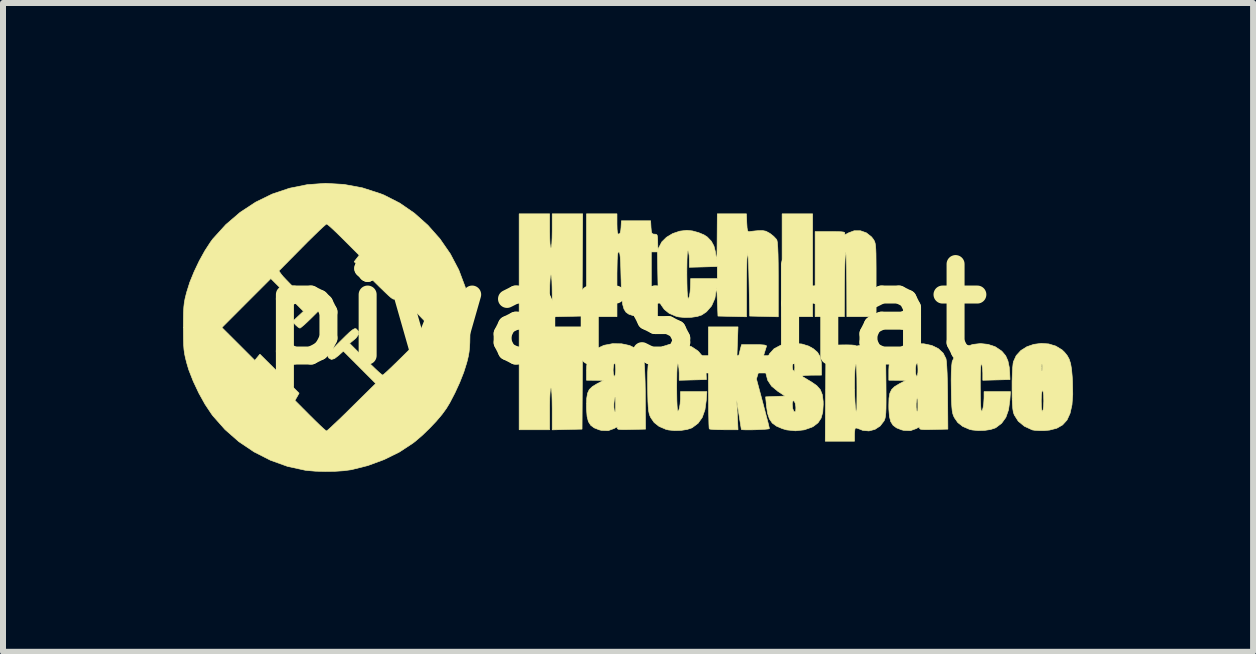
<source format=kicad_pcb>
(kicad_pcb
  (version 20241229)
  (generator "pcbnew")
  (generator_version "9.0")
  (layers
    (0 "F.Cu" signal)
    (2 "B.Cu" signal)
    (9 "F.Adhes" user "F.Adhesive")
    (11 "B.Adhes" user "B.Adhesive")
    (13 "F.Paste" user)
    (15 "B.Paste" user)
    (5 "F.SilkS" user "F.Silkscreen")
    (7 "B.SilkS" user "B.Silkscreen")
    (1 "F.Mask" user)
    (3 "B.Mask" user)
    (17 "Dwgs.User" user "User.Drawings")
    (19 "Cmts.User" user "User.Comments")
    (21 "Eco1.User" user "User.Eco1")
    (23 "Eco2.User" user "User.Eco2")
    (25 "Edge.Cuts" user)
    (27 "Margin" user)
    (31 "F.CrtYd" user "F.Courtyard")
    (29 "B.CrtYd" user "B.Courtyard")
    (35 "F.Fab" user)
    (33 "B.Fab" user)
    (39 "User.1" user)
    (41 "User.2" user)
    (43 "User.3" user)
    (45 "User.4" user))
  (footprint "piwars_hat"
    (layer "F.Cu")
    (at 7.358 2.185)
    (property "Reference" "piwars_hat" (at 0 0 0) (layer "F.SilkS") (effects (font (size 1.524 1.524) (thickness 0.3))))
    (attr through_hole)
    (fp_poly (pts (xy 3.133 0.042) (xy 2.625 0.042) (xy 2.625 -1.672) (xy 3.133 -1.672) (xy 3.133 0.042)) (stroke (width 0.01) (type solid)) (fill yes) (layer "F.SilkS"))
    (fp_poly (pts (xy -1.249 -1.386) (xy -1.247 -1.266) (xy -1.243 -1.175) (xy -1.236 -1.119) (xy -1.228 -1.101) (xy -1.219 -1.121) (xy -1.212 -1.18) (xy -1.208 -1.272) (xy -1.206 -1.386) (xy -1.206 -1.672) (xy -0.698 -1.672) (xy -0.704 -0.82) (xy -0.709 0.032) (xy -0.958 0.038) (xy -1.206 0.044) (xy -1.206 -0.306) (xy -1.208 -0.444) (xy -1.211 -0.55) (xy -1.217 -0.621) (xy -1.225 -0.654) (xy -1.228 -0.656) (xy -1.236 -0.636) (xy -1.242 -0.576) (xy -1.247 -0.48) (xy -1.249 -0.352) (xy -1.249 -0.307) (xy -1.249 0.042) (xy -1.757 0.042) (xy -1.757 -1.672) (xy -1.249 -1.672) (xy -1.249 -1.386)) (stroke (width 0.01) (type solid)) (fill yes) (layer "F.SilkS"))
    (fp_poly (pts (xy -1.249 0.497) (xy -1.247 0.618) (xy -1.243 0.709) (xy -1.236 0.765) (xy -1.228 0.783) (xy -1.219 0.763) (xy -1.212 0.704) (xy -1.208 0.612) (xy -1.206 0.497) (xy -1.206 0.212) (xy -0.698 0.212) (xy -0.704 1.064) (xy -0.709 1.916) (xy -0.958 1.922) (xy -1.206 1.928) (xy -1.206 1.578) (xy -1.208 1.44) (xy -1.211 1.334) (xy -1.217 1.263) (xy -1.225 1.23) (xy -1.228 1.228) (xy -1.236 1.248) (xy -1.242 1.308) (xy -1.247 1.404) (xy -1.249 1.532) (xy -1.249 1.577) (xy -1.249 1.926) (xy -1.757 1.926) (xy -1.757 0.212) (xy -1.249 0.212) (xy -1.249 0.497)) (stroke (width 0.01) (type solid)) (fill yes) (layer "F.SilkS"))
    (fp_poly (pts (xy 3.93 -1.39) (xy 4.029 -1.355) (xy 4.114 -1.288) (xy 4.143 -1.251) (xy 4.157 -1.229) (xy 4.168 -1.206) (xy 4.176 -1.177) (xy 4.182 -1.137) (xy 4.186 -1.081) (xy 4.189 -1.004) (xy 4.19 -0.9) (xy 4.191 -0.764) (xy 4.191 -0.592) (xy 4.191 0.042) (xy 3.704 0.042) (xy 3.702 -0.524) (xy 3.7 -0.67) (xy 3.698 -0.797) (xy 3.695 -0.901) (xy 3.692 -0.978) (xy 3.688 -1.021) (xy 3.683 -1.028) (xy 3.683 -1.027) (xy 3.678 -0.988) (xy 3.674 -0.913) (xy 3.67 -0.811) (xy 3.667 -0.686) (xy 3.665 -0.546) (xy 3.664 -0.46) (xy 3.662 0.042) (xy 3.175 0.042) (xy 3.175 -1.376) (xy 3.428 -1.376) (xy 3.536 -1.375) (xy 3.607 -1.373) (xy 3.649 -1.368) (xy 3.668 -1.359) (xy 3.67 -1.346) (xy 3.669 -1.343) (xy 3.668 -1.326) (xy 3.689 -1.331) (xy 3.728 -1.353) (xy 3.826 -1.39) (xy 3.93 -1.39)) (stroke (width 0.01) (type solid)) (fill yes) (layer "F.SilkS"))
    (fp_poly (pts (xy 1.878 0.534) (xy 1.874 0.655) (xy 1.872 0.737) (xy 1.874 0.781) (xy 1.878 0.79) (xy 1.886 0.767) (xy 1.887 0.762) (xy 1.905 0.682) (xy 1.924 0.603) (xy 1.928 0.587) (xy 1.949 0.508) (xy 2.162 0.508) (xy 2.263 0.509) (xy 2.327 0.514) (xy 2.359 0.522) (xy 2.365 0.534) (xy 2.365 0.534) (xy 2.355 0.564) (xy 2.336 0.625) (xy 2.31 0.71) (xy 2.28 0.809) (xy 2.276 0.821) (xy 2.197 1.08) (xy 2.305 1.484) (xy 2.338 1.609) (xy 2.367 1.72) (xy 2.391 1.811) (xy 2.406 1.875) (xy 2.413 1.905) (xy 2.413 1.907) (xy 2.394 1.913) (xy 2.342 1.918) (xy 2.269 1.922) (xy 2.185 1.926) (xy 2.101 1.928) (xy 2.026 1.928) (xy 1.971 1.926) (xy 1.946 1.921) (xy 1.946 1.921) (xy 1.942 1.899) (xy 1.933 1.844) (xy 1.92 1.764) (xy 1.906 1.672) (xy 1.867 1.429) (xy 1.879 1.677) (xy 1.89 1.926) (xy 1.658 1.926) (xy 1.562 1.925) (xy 1.483 1.922) (xy 1.43 1.917) (xy 1.411 1.912) (xy 1.408 1.888) (xy 1.405 1.827) (xy 1.403 1.733) (xy 1.4 1.61) (xy 1.399 1.463) (xy 1.398 1.296) (xy 1.397 1.115) (xy 1.397 1.055) (xy 1.397 0.212) (xy 1.89 0.212) (xy 1.878 0.534)) (stroke (width 0.01) (type solid)) (fill yes) (layer "F.SilkS"))
    (fp_poly (pts (xy 4.163 0.511) (xy 4.262 0.573) (xy 4.272 0.582) (xy 4.35 0.653) (xy 4.356 1.178) (xy 4.357 1.344) (xy 4.357 1.473) (xy 4.356 1.571) (xy 4.353 1.643) (xy 4.348 1.695) (xy 4.341 1.733) (xy 4.331 1.763) (xy 4.324 1.778) (xy 4.259 1.863) (xy 4.172 1.92) (xy 4.072 1.946) (xy 3.97 1.937) (xy 3.917 1.916) (xy 3.872 1.899) (xy 3.845 1.898) (xy 3.844 1.899) (xy 3.837 1.926) (xy 3.832 1.981) (xy 3.831 2.014) (xy 3.831 2.117) (xy 3.344 2.117) (xy 3.349 1.318) (xy 3.351 1.148) (xy 3.832 1.148) (xy 3.832 1.26) (xy 3.835 1.37) (xy 3.84 1.47) (xy 3.846 1.552) (xy 3.855 1.608) (xy 3.865 1.63) (xy 3.865 1.63) (xy 3.868 1.61) (xy 3.87 1.554) (xy 3.871 1.468) (xy 3.872 1.359) (xy 3.872 1.234) (xy 3.872 1.212) (xy 3.871 1.072) (xy 3.868 0.961) (xy 3.864 0.883) (xy 3.858 0.84) (xy 3.852 0.836) (xy 3.843 0.878) (xy 3.837 0.949) (xy 3.833 1.042) (xy 3.832 1.148) (xy 3.351 1.148) (xy 3.355 0.519) (xy 3.604 0.513) (xy 3.703 0.512) (xy 3.782 0.514) (xy 3.835 0.519) (xy 3.852 0.526) (xy 3.87 0.531) (xy 3.914 0.522) (xy 3.943 0.513) (xy 4.056 0.491) (xy 4.163 0.511)) (stroke (width 0.01) (type solid)) (fill yes) (layer "F.SilkS"))
    (fp_poly (pts (xy 0.997 0.503) (xy 1.115 0.542) (xy 1.219 0.611) (xy 1.234 0.625) (xy 1.292 0.695) (xy 1.329 0.779) (xy 1.351 0.886) (xy 1.358 0.974) (xy 1.363 1.09) (xy 1.137 1.096) (xy 0.91 1.102) (xy 0.91 0.98) (xy 0.906 0.907) (xy 0.897 0.849) (xy 0.889 0.826) (xy 0.881 0.833) (xy 0.875 0.882) (xy 0.871 0.974) (xy 0.869 1.107) (xy 0.868 1.2) (xy 0.869 1.327) (xy 0.871 1.439) (xy 0.875 1.529) (xy 0.88 1.591) (xy 0.886 1.617) (xy 0.886 1.618) (xy 0.901 1.607) (xy 0.914 1.563) (xy 0.925 1.496) (xy 0.931 1.413) (xy 0.931 1.381) (xy 0.931 1.291) (xy 1.371 1.291) (xy 1.361 1.434) (xy 1.339 1.594) (xy 1.294 1.721) (xy 1.225 1.818) (xy 1.128 1.891) (xy 1.116 1.897) (xy 1.04 1.922) (xy 0.94 1.937) (xy 0.832 1.94) (xy 0.733 1.93) (xy 0.687 1.919) (xy 0.574 1.87) (xy 0.492 1.805) (xy 0.438 1.727) (xy 0.421 1.692) (xy 0.409 1.655) (xy 0.4 1.608) (xy 0.394 1.543) (xy 0.389 1.455) (xy 0.386 1.335) (xy 0.385 1.257) (xy 0.383 1.099) (xy 0.385 0.966) (xy 0.391 0.863) (xy 0.399 0.796) (xy 0.401 0.787) (xy 0.449 0.684) (xy 0.528 0.602) (xy 0.629 0.541) (xy 0.746 0.504) (xy 0.871 0.49) (xy 0.997 0.503)) (stroke (width 0.01) (type solid)) (fill yes) (layer "F.SilkS"))
    (fp_poly (pts (xy 6.055 0.503) (xy 6.174 0.542) (xy 6.278 0.611) (xy 6.293 0.625) (xy 6.351 0.695) (xy 6.388 0.779) (xy 6.41 0.886) (xy 6.417 0.974) (xy 6.422 1.09) (xy 6.196 1.096) (xy 5.969 1.102) (xy 5.969 0.98) (xy 5.965 0.907) (xy 5.956 0.849) (xy 5.948 0.826) (xy 5.94 0.833) (xy 5.934 0.882) (xy 5.93 0.974) (xy 5.927 1.107) (xy 5.927 1.2) (xy 5.928 1.327) (xy 5.93 1.439) (xy 5.934 1.529) (xy 5.939 1.591) (xy 5.945 1.617) (xy 5.945 1.618) (xy 5.96 1.607) (xy 5.973 1.563) (xy 5.984 1.496) (xy 5.989 1.413) (xy 5.99 1.381) (xy 5.99 1.291) (xy 6.43 1.291) (xy 6.42 1.434) (xy 6.398 1.594) (xy 6.353 1.721) (xy 6.283 1.818) (xy 6.187 1.891) (xy 6.175 1.897) (xy 6.099 1.922) (xy 5.999 1.937) (xy 5.891 1.94) (xy 5.792 1.93) (xy 5.746 1.919) (xy 5.633 1.87) (xy 5.551 1.805) (xy 5.497 1.727) (xy 5.48 1.692) (xy 5.468 1.655) (xy 5.459 1.608) (xy 5.453 1.543) (xy 5.448 1.455) (xy 5.445 1.335) (xy 5.444 1.257) (xy 5.442 1.099) (xy 5.444 0.966) (xy 5.45 0.863) (xy 5.458 0.796) (xy 5.46 0.787) (xy 5.508 0.684) (xy 5.586 0.602) (xy 5.688 0.541) (xy 5.805 0.504) (xy 5.93 0.49) (xy 6.055 0.503)) (stroke (width 0.01) (type solid)) (fill yes) (layer "F.SilkS"))
    (fp_poly (pts (xy 7.068 0.496) (xy 7.186 0.532) (xy 7.291 0.596) (xy 7.333 0.637) (xy 7.377 0.692) (xy 7.409 0.751) (xy 7.432 0.823) (xy 7.448 0.917) (xy 7.459 1.04) (xy 7.464 1.122) (xy 7.468 1.335) (xy 7.455 1.512) (xy 7.423 1.654) (xy 7.372 1.765) (xy 7.298 1.846) (xy 7.202 1.901) (xy 7.081 1.932) (xy 6.996 1.94) (xy 6.912 1.94) (xy 6.839 1.936) (xy 6.794 1.929) (xy 6.662 1.868) (xy 6.56 1.784) (xy 6.494 1.68) (xy 6.478 1.634) (xy 6.469 1.578) (xy 6.462 1.489) (xy 6.461 1.451) (xy 6.943 1.451) (xy 6.945 1.544) (xy 6.952 1.602) (xy 6.962 1.62) (xy 6.964 1.619) (xy 6.974 1.593) (xy 6.981 1.536) (xy 6.985 1.459) (xy 6.985 1.438) (xy 6.983 1.355) (xy 6.976 1.296) (xy 6.966 1.271) (xy 6.964 1.27) (xy 6.954 1.29) (xy 6.946 1.345) (xy 6.943 1.427) (xy 6.943 1.451) (xy 6.461 1.451) (xy 6.458 1.377) (xy 6.457 1.253) (xy 6.457 1.125) (xy 6.461 1.004) (xy 6.466 0.9) (xy 6.467 0.889) (xy 6.948 0.889) (xy 6.95 0.935) (xy 6.954 0.947) (xy 6.958 0.937) (xy 6.961 0.875) (xy 6.958 0.841) (xy 6.952 0.831) (xy 6.949 0.858) (xy 6.948 0.889) (xy 6.467 0.889) (xy 6.474 0.821) (xy 6.479 0.793) (xy 6.526 0.69) (xy 6.603 0.606) (xy 6.703 0.543) (xy 6.819 0.503) (xy 6.943 0.487) (xy 7.068 0.496)) (stroke (width 0.01) (type solid)) (fill yes) (layer "F.SilkS"))
    (fp_poly (pts (xy 2.953 0.497) (xy 3.067 0.532) (xy 3.144 0.575) (xy 3.215 0.636) (xy 3.257 0.706) (xy 3.278 0.799) (xy 3.281 0.876) (xy 3.281 1.016) (xy 3.106 1.017) (xy 3.017 1.02) (xy 2.969 1.026) (xy 2.959 1.035) (xy 2.963 1.039) (xy 2.998 1.06) (xy 3.055 1.095) (xy 3.111 1.128) (xy 3.202 1.191) (xy 3.262 1.259) (xy 3.295 1.343) (xy 3.309 1.453) (xy 3.31 1.503) (xy 3.302 1.634) (xy 3.274 1.734) (xy 3.224 1.81) (xy 3.148 1.869) (xy 3.122 1.883) (xy 2.993 1.928) (xy 2.848 1.944) (xy 2.702 1.929) (xy 2.629 1.908) (xy 2.531 1.866) (xy 2.461 1.815) (xy 2.414 1.747) (xy 2.383 1.654) (xy 2.364 1.528) (xy 2.362 1.509) (xy 2.362 1.499) (xy 2.794 1.499) (xy 2.801 1.572) (xy 2.819 1.618) (xy 2.84 1.63) (xy 2.851 1.611) (xy 2.854 1.564) (xy 2.853 1.542) (xy 2.843 1.483) (xy 2.826 1.449) (xy 2.808 1.443) (xy 2.796 1.471) (xy 2.794 1.499) (xy 2.362 1.499) (xy 2.35 1.378) (xy 2.512 1.371) (xy 2.674 1.365) (xy 2.553 1.285) (xy 2.449 1.199) (xy 2.384 1.1) (xy 2.354 0.983) (xy 2.35 0.919) (xy 2.353 0.889) (xy 2.795 0.889) (xy 2.805 0.932) (xy 2.827 0.952) (xy 2.829 0.953) (xy 2.834 0.934) (xy 2.836 0.888) (xy 2.836 0.877) (xy 2.831 0.829) (xy 2.818 0.814) (xy 2.815 0.815) (xy 2.798 0.845) (xy 2.795 0.889) (xy 2.353 0.889) (xy 2.365 0.776) (xy 2.413 0.662) (xy 2.491 0.576) (xy 2.601 0.518) (xy 2.741 0.49) (xy 2.814 0.487) (xy 2.953 0.497)) (stroke (width 0.01) (type solid)) (fill yes) (layer "F.SilkS"))
    (fp_poly (pts (xy -0.049 0.494) (xy 0.083 0.522) (xy 0.191 0.575) (xy 0.272 0.65) (xy 0.318 0.743) (xy 0.318 0.744) (xy 0.325 0.791) (xy 0.332 0.875) (xy 0.337 0.988) (xy 0.342 1.126) (xy 0.345 1.283) (xy 0.345 1.373) (xy 0.349 1.916) (xy 0.109 1.922) (xy 0.004 1.924) (xy -0.065 1.923) (xy -0.104 1.918) (xy -0.12 1.909) (xy -0.12 1.896) (xy -0.12 1.88) (xy -0.144 1.888) (xy -0.176 1.906) (xy -0.273 1.941) (xy -0.385 1.937) (xy -0.425 1.927) (xy -0.506 1.895) (xy -0.564 1.852) (xy -0.603 1.791) (xy -0.625 1.705) (xy -0.634 1.588) (xy -0.635 1.552) (xy -0.178 1.552) (xy -0.172 1.604) (xy -0.16 1.629) (xy -0.157 1.63) (xy -0.153 1.61) (xy -0.151 1.56) (xy -0.151 1.488) (xy -0.151 1.487) (xy -0.152 1.414) (xy -0.155 1.38) (xy -0.16 1.382) (xy -0.168 1.415) (xy -0.171 1.429) (xy -0.178 1.49) (xy -0.178 1.552) (xy -0.635 1.552) (xy -0.635 1.517) (xy -0.631 1.401) (xy -0.617 1.318) (xy -0.588 1.256) (xy -0.537 1.207) (xy -0.461 1.161) (xy -0.448 1.154) (xy -0.349 1.103) (xy -0.492 1.102) (xy -0.635 1.101) (xy -0.635 0.954) (xy -0.634 0.933) (xy -0.191 0.933) (xy -0.187 0.993) (xy -0.177 1.03) (xy -0.169 1.037) (xy -0.158 1.018) (xy -0.15 0.969) (xy -0.148 0.919) (xy -0.152 0.851) (xy -0.161 0.817) (xy -0.169 0.815) (xy -0.182 0.842) (xy -0.189 0.897) (xy -0.191 0.933) (xy -0.634 0.933) (xy -0.632 0.87) (xy -0.623 0.794) (xy -0.612 0.748) (xy -0.554 0.651) (xy -0.462 0.573) (xy -0.343 0.519) (xy -0.202 0.492) (xy -0.199 0.492) (xy -0.049 0.494)) (stroke (width 0.01) (type solid)) (fill yes) (layer "F.SilkS"))
    (fp_poly (pts (xy 4.988 0.494) (xy 5.12 0.522) (xy 5.229 0.575) (xy 5.309 0.65) (xy 5.356 0.743) (xy 5.356 0.744) (xy 5.363 0.791) (xy 5.369 0.875) (xy 5.375 0.988) (xy 5.379 1.126) (xy 5.382 1.283) (xy 5.383 1.373) (xy 5.387 1.916) (xy 5.146 1.922) (xy 5.042 1.924) (xy 4.973 1.923) (xy 4.934 1.918) (xy 4.917 1.909) (xy 4.918 1.896) (xy 4.918 1.88) (xy 4.893 1.888) (xy 4.862 1.906) (xy 4.764 1.941) (xy 4.653 1.937) (xy 4.613 1.927) (xy 4.532 1.895) (xy 4.474 1.852) (xy 4.435 1.791) (xy 4.413 1.705) (xy 4.404 1.588) (xy 4.403 1.552) (xy 4.859 1.552) (xy 4.866 1.604) (xy 4.878 1.629) (xy 4.881 1.63) (xy 4.885 1.61) (xy 4.887 1.56) (xy 4.887 1.488) (xy 4.887 1.487) (xy 4.885 1.414) (xy 4.883 1.38) (xy 4.878 1.382) (xy 4.87 1.415) (xy 4.867 1.429) (xy 4.859 1.49) (xy 4.859 1.552) (xy 4.403 1.552) (xy 4.403 1.517) (xy 4.406 1.401) (xy 4.42 1.318) (xy 4.45 1.256) (xy 4.5 1.207) (xy 4.577 1.161) (xy 4.59 1.154) (xy 4.688 1.103) (xy 4.546 1.102) (xy 4.403 1.101) (xy 4.403 0.954) (xy 4.403 0.933) (xy 4.847 0.933) (xy 4.851 0.993) (xy 4.861 1.03) (xy 4.868 1.037) (xy 4.88 1.018) (xy 4.888 0.969) (xy 4.889 0.919) (xy 4.886 0.851) (xy 4.877 0.817) (xy 4.868 0.815) (xy 4.856 0.842) (xy 4.848 0.897) (xy 4.847 0.933) (xy 4.403 0.933) (xy 4.406 0.87) (xy 4.414 0.794) (xy 4.425 0.748) (xy 4.484 0.651) (xy 4.576 0.573) (xy 4.695 0.519) (xy 4.836 0.492) (xy 4.839 0.492) (xy 4.988 0.494)) (stroke (width 0.01) (type solid)) (fill yes) (layer "F.SilkS"))
    (fp_poly (pts (xy -0.127 -1.503) (xy -0.125 -1.415) (xy -0.12 -1.363) (xy -0.109 -1.338) (xy -0.096 -1.333) (xy -0.076 -1.348) (xy -0.064 -1.395) (xy -0.059 -1.445) (xy -0.053 -1.556) (xy 0.434 -1.556) (xy 0.44 -1.445) (xy 0.446 -1.38) (xy 0.456 -1.347) (xy 0.477 -1.335) (xy 0.499 -1.333) (xy 0.526 -1.331) (xy 0.542 -1.317) (xy 0.549 -1.283) (xy 0.552 -1.218) (xy 0.552 -1.191) (xy 0.554 -1.119) (xy 0.557 -1.085) (xy 0.563 -1.085) (xy 0.573 -1.114) (xy 0.574 -1.116) (xy 0.62 -1.204) (xy 0.698 -1.281) (xy 0.801 -1.343) (xy 0.919 -1.383) (xy 1.037 -1.397) (xy 1.131 -1.387) (xy 1.233 -1.359) (xy 1.324 -1.321) (xy 1.378 -1.286) (xy 1.445 -1.216) (xy 1.489 -1.135) (xy 1.515 -1.032) (xy 1.523 -0.969) (xy 1.529 -0.926) (xy 1.533 -0.914) (xy 1.536 -0.935) (xy 1.539 -0.991) (xy 1.541 -1.085) (xy 1.542 -1.219) (xy 1.542 -1.244) (xy 1.545 -1.672) (xy 2.03 -1.672) (xy 2.036 -1.519) (xy 2.041 -1.438) (xy 2.049 -1.392) (xy 2.062 -1.374) (xy 2.074 -1.374) (xy 2.112 -1.38) (xy 2.176 -1.387) (xy 2.223 -1.391) (xy 2.299 -1.393) (xy 2.355 -1.382) (xy 2.413 -1.351) (xy 2.427 -1.342) (xy 2.484 -1.297) (xy 2.527 -1.251) (xy 2.538 -1.234) (xy 2.546 -1.195) (xy 2.552 -1.115) (xy 2.557 -0.997) (xy 2.56 -0.841) (xy 2.561 -0.65) (xy 2.561 -0.57) (xy 2.561 0.044) (xy 2.323 0.038) (xy 2.085 0.032) (xy 2.074 -0.529) (xy 2.07 -0.708) (xy 2.065 -0.845) (xy 2.06 -0.94) (xy 2.054 -0.995) (xy 2.049 -1.009) (xy 2.044 -0.984) (xy 2.039 -0.919) (xy 2.036 -0.815) (xy 2.033 -0.672) (xy 2.032 -0.491) (xy 2.032 -0.452) (xy 2.032 0.044) (xy 1.794 0.038) (xy 1.556 0.032) (xy 1.544 -0.254) (xy 1.54 -0.346) (xy 1.536 -0.408) (xy 1.532 -0.438) (xy 1.529 -0.43) (xy 1.528 -0.413) (xy 1.505 -0.263) (xy 1.45 -0.138) (xy 1.364 -0.039) (xy 1.285 0.014) (xy 1.209 0.039) (xy 1.109 0.053) (xy 1.001 0.056) (xy 0.902 0.046) (xy 0.857 0.035) (xy 0.743 -0.014) (xy 0.662 -0.079) (xy 0.607 -0.157) (xy 0.591 -0.191) (xy 0.578 -0.227) (xy 0.57 -0.274) (xy 0.563 -0.336) (xy 0.559 -0.422) (xy 0.556 -0.538) (xy 0.554 -0.64) (xy 0.553 -0.686) (xy 1.037 -0.686) (xy 1.039 -0.519) (xy 1.042 -0.392) (xy 1.048 -0.307) (xy 1.057 -0.264) (xy 1.068 -0.263) (xy 1.081 -0.304) (xy 1.082 -0.31) (xy 1.091 -0.367) (xy 1.097 -0.444) (xy 1.098 -0.482) (xy 1.101 -0.593) (xy 1.545 -0.593) (xy 1.545 -0.693) (xy 1.545 -0.794) (xy 1.312 -0.787) (xy 1.079 -0.781) (xy 1.079 -0.904) (xy 1.076 -0.976) (xy 1.067 -1.034) (xy 1.058 -1.058) (xy 1.05 -1.051) (xy 1.044 -1.002) (xy 1.04 -0.91) (xy 1.038 -0.777) (xy 1.037 -0.686) (xy 0.553 -0.686) (xy 0.547 -1.037) (xy 0.445 -1.037) (xy 0.445 -0.254) (xy 0.497 -0.254) (xy 0.525 -0.252) (xy 0.541 -0.239) (xy 0.548 -0.207) (xy 0.55 -0.147) (xy 0.55 -0.103) (xy 0.55 0.047) (xy 0.333 0.039) (xy 0.225 0.033) (xy 0.139 0.023) (xy 0.073 0.002) (xy 0.024 -0.032) (xy -0.01 -0.085) (xy -0.032 -0.161) (xy -0.046 -0.265) (xy -0.054 -0.402) (xy -0.058 -0.576) (xy -0.059 -0.598) (xy -0.063 -0.749) (xy -0.067 -0.863) (xy -0.072 -0.944) (xy -0.078 -0.997) (xy -0.085 -1.026) (xy -0.095 -1.037) (xy -0.098 -1.037) (xy -0.107 -1.031) (xy -0.114 -1.009) (xy -0.119 -0.967) (xy -0.123 -0.9) (xy -0.125 -0.805) (xy -0.127 -0.676) (xy -0.127 -0.51) (xy -0.127 -0.497) (xy -0.127 0.042) (xy -0.635 0.042) (xy -0.635 -1.672) (xy -0.127 -1.672) (xy -0.127 -1.503)) (stroke (width 0.01) (type solid)) (fill yes) (layer "F.SilkS"))
    (fp_poly (pts (xy -4.676 -2.162) (xy -4.369 -2.105) (xy -4.064 -2.006) (xy -4.008 -1.984) (xy -3.747 -1.851) (xy -3.502 -1.682) (xy -3.278 -1.482) (xy -3.077 -1.255) (xy -2.904 -1.005) (xy -2.763 -0.737) (xy -2.657 -0.455) (xy -2.633 -0.37) (xy -2.613 -0.288) (xy -2.598 -0.215) (xy -2.588 -0.141) (xy -2.582 -0.057) (xy -2.579 0.047) (xy -2.577 0.181) (xy -2.577 0.222) (xy -2.577 0.364) (xy -2.579 0.473) (xy -2.584 0.56) (xy -2.592 0.633) (xy -2.604 0.702) (xy -2.622 0.778) (xy -2.632 0.815) (xy -2.68 0.968) (xy -2.748 1.14) (xy -2.828 1.314) (xy -2.913 1.477) (xy -2.969 1.57) (xy -3.041 1.669) (xy -3.138 1.784) (xy -3.251 1.903) (xy -3.369 2.017) (xy -3.484 2.116) (xy -3.528 2.15) (xy -3.753 2.298) (xy -4.007 2.423) (xy -4.278 2.523) (xy -4.553 2.592) (xy -4.677 2.609) (xy -4.828 2.619) (xy -4.99 2.621) (xy -5.15 2.617) (xy -5.291 2.605) (xy -5.322 2.601) (xy -5.616 2.537) (xy -5.902 2.434) (xy -6.175 2.295) (xy -6.429 2.124) (xy -6.659 1.922) (xy -6.861 1.694) (xy -6.883 1.664) (xy -6.991 1.502) (xy -7.095 1.315) (xy -7.188 1.118) (xy -7.263 0.926) (xy -7.296 0.815) (xy -7.317 0.733) (xy -7.332 0.662) (xy -7.342 0.591) (xy -7.348 0.511) (xy -7.351 0.412) (xy -7.352 0.285) (xy -7.353 0.223) (xy -6.71 0.223) (xy -6.436 0.496) (xy -6.162 0.77) (xy -6.119 0.718) (xy -6.077 0.667) (xy -5.75 0.992) (xy -5.424 1.317) (xy -5.458 1.378) (xy -5.493 1.438) (xy -5.239 1.693) (xy -5.154 1.777) (xy -5.08 1.849) (xy -5.02 1.905) (xy -4.98 1.939) (xy -4.967 1.947) (xy -4.948 1.933) (xy -4.903 1.893) (xy -4.836 1.83) (xy -4.751 1.75) (xy -4.653 1.655) (xy -4.548 1.551) (xy -4.147 1.156) (xy -4.686 0.616) (xy -4.768 0.69) (xy -4.835 0.741) (xy -4.886 0.755) (xy -4.926 0.733) (xy -4.94 0.714) (xy -4.945 0.696) (xy -4.937 0.671) (xy -4.912 0.636) (xy -4.866 0.584) (xy -4.796 0.51) (xy -4.736 0.45) (xy -4.647 0.362) (xy -4.582 0.3) (xy -4.536 0.263) (xy -4.504 0.244) (xy -4.483 0.241) (xy -4.471 0.246) (xy -4.433 0.288) (xy -4.434 0.339) (xy -4.476 0.398) (xy -4.502 0.421) (xy -4.582 0.487) (xy -4.318 0.751) (xy -4.231 0.837) (xy -4.154 0.911) (xy -4.092 0.969) (xy -4.049 1.005) (xy -4.032 1.016) (xy -4.012 1.002) (xy -3.966 0.961) (xy -3.899 0.898) (xy -3.815 0.817) (xy -3.718 0.722) (xy -3.621 0.626) (xy -3.232 0.237) (xy -3.297 0.155) (xy -3.345 0.101) (xy -3.415 0.028) (xy -3.499 -0.056) (xy -3.587 -0.141) (xy -3.672 -0.22) (xy -3.709 -0.253) (xy -3.749 -0.285) (xy -3.775 -0.29) (xy -3.802 -0.271) (xy -3.81 -0.265) (xy -3.825 -0.253) (xy -3.84 -0.248) (xy -3.861 -0.254) (xy -3.891 -0.274) (xy -3.934 -0.311) (xy -3.994 -0.368) (xy -4.077 -0.448) (xy -4.18 -0.55) (xy -4.506 -0.874) (xy -4.464 -0.928) (xy -4.422 -0.982) (xy -4.682 -1.242) (xy -4.768 -1.327) (xy -4.845 -1.401) (xy -4.907 -1.458) (xy -4.949 -1.493) (xy -4.965 -1.503) (xy -4.985 -1.488) (xy -5.031 -1.448) (xy -5.098 -1.385) (xy -5.182 -1.303) (xy -5.279 -1.208) (xy -5.374 -1.112) (xy -5.761 -0.721) (xy -5.719 -0.662) (xy -5.689 -0.626) (xy -5.638 -0.572) (xy -5.573 -0.505) (xy -5.501 -0.432) (xy -5.426 -0.358) (xy -5.356 -0.291) (xy -5.298 -0.237) (xy -5.257 -0.201) (xy -5.24 -0.191) (xy -5.216 -0.203) (xy -5.172 -0.235) (xy -5.135 -0.264) (xy -5.045 -0.338) (xy -4.999 -0.289) (xy -4.967 -0.249) (xy -4.953 -0.221) (xy -4.953 -0.221) (xy -4.967 -0.198) (xy -5.006 -0.153) (xy -5.063 -0.093) (xy -5.131 -0.024) (xy -5.204 0.049) (xy -5.274 0.117) (xy -5.336 0.175) (xy -5.384 0.215) (xy -5.409 0.233) (xy -5.41 0.233) (xy -5.438 0.219) (xy -5.478 0.184) (xy -5.484 0.178) (xy -5.535 0.124) (xy -5.351 -0.048) (xy -5.895 -0.593) (xy -6.303 -0.185) (xy -6.71 0.223) (xy -7.353 0.223) (xy -7.353 0.222) (xy -7.352 0.08) (xy -7.35 -0.029) (xy -7.345 -0.116) (xy -7.337 -0.19) (xy -7.324 -0.26) (xy -7.305 -0.336) (xy -7.296 -0.37) (xy -7.245 -0.532) (xy -7.173 -0.708) (xy -7.088 -0.887) (xy -6.995 -1.055) (xy -6.901 -1.2) (xy -6.862 -1.253) (xy -6.645 -1.492) (xy -6.406 -1.697) (xy -6.147 -1.867) (xy -5.873 -2.001) (xy -5.585 -2.098) (xy -5.288 -2.158) (xy -4.983 -2.18) (xy -4.676 -2.162)) (stroke (width 0.01) (type solid)) (fill yes) (layer "F.SilkS")))
  (gr_rect
    (start -3 -3)
    (end 17.831 7.811)
    (stroke (width 0.1) (type default))
    (fill no)
    (layer "Edge.Cuts")))
</source>
